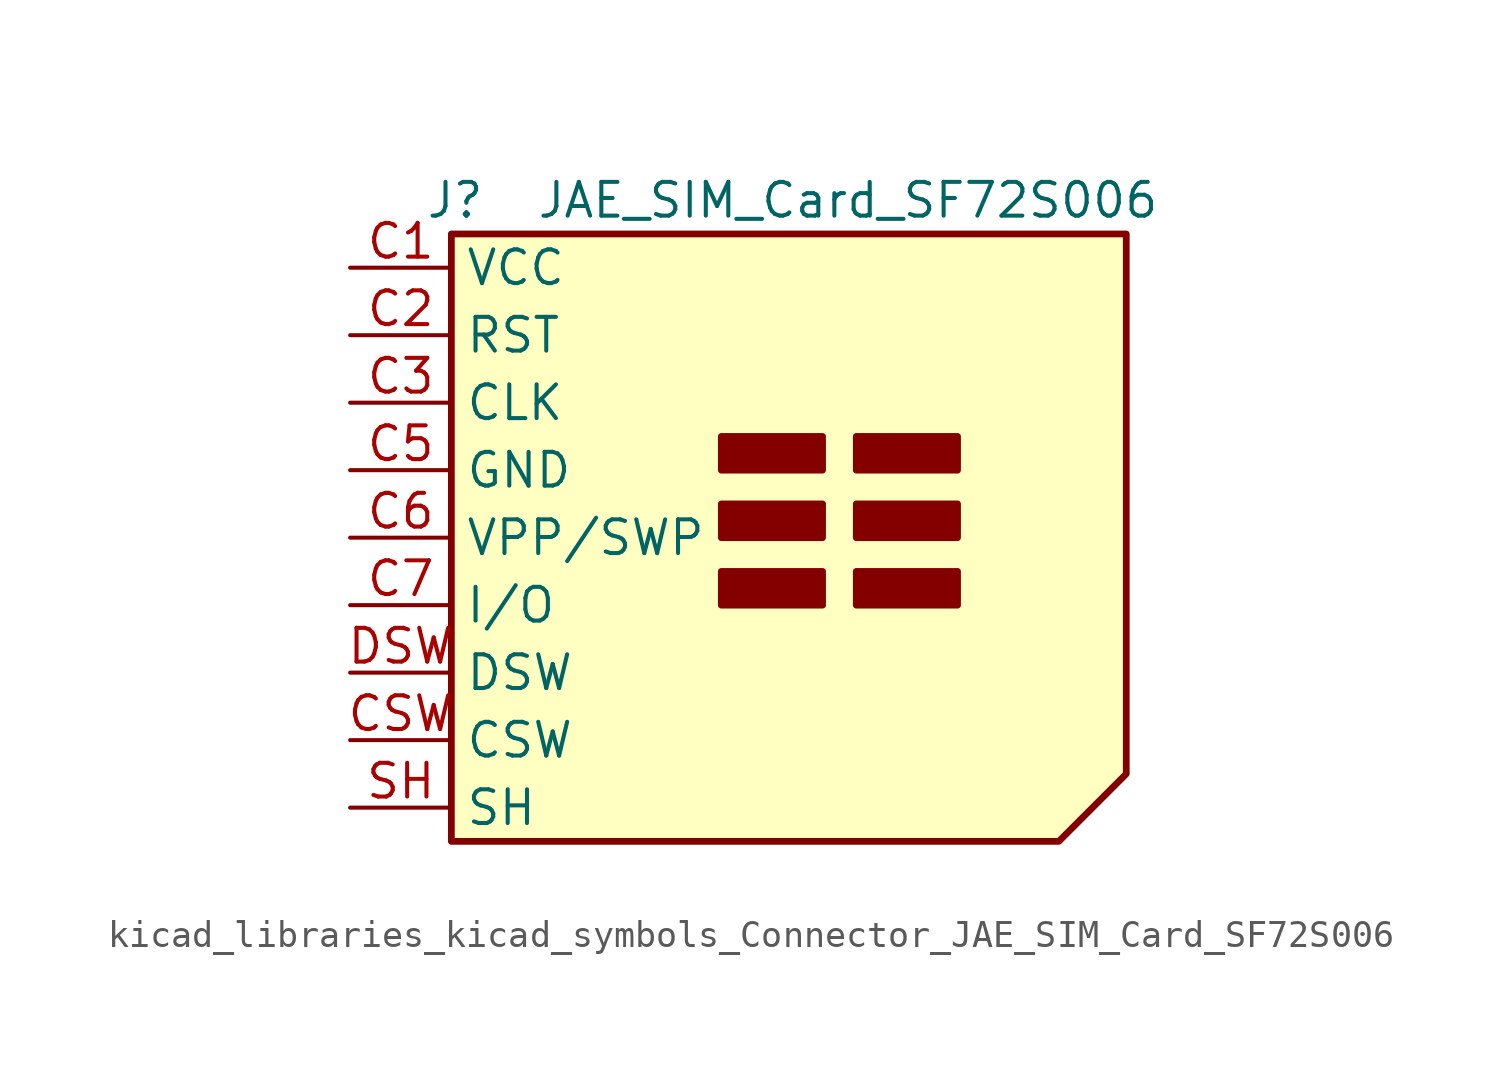
<source format=kicad_sym>
(kicad_symbol_lib
  (version 20220914)
  (generator kicad_symbol_editor)
  (symbol "kicad_libraries_kicad_symbols_Connector_JAE_SIM_Card_SF72S006"
    (property "Reference" "J"
      (at 5.08 12.7 0)
      (effects (font (size 1.27 1.27)) (justify right)))
    (property "Value" "JAE_SIM_Card_SF72S006"
      (at 30.48 12.7 0)
      (effects (font (size 1.27 1.27)) (justify right)))
    (symbol "kicad_libraries_kicad_symbols_Connector_JAE_SIM_Card_SF72S006_0_1"
      (polyline (pts (xy 3.81 11.43) (xy 3.81 -11.43) (xy 26.67 -11.43) (xy 29.21 -8.89) (xy 29.21 11.43) (xy 3.81 11.43)) (stroke (width 0.254) (type default)) (fill (type background)))
      (rectangle (start 13.97 -2.54) (end 17.78 -1.27) (stroke (width 0.254) (type default)) (fill (type outline)))
      (rectangle (start 13.97 0) (end 17.78 1.27) (stroke (width 0.254) (type default)) (fill (type outline)))
      (rectangle (start 13.97 2.54) (end 17.78 3.81) (stroke (width 0.254) (type default)) (fill (type outline)))
      (rectangle (start 19.05 -1.27) (end 22.86 -2.54) (stroke (width 0.254) (type default)) (fill (type outline)))
      (rectangle (start 19.05 0) (end 22.86 1.27) (stroke (width 0.254) (type default)) (fill (type outline)))
      (rectangle (start 19.05 2.54) (end 22.86 3.81) (stroke (width 0.254) (type default)) (fill (type outline))))
    (symbol "kicad_libraries_kicad_symbols_Connector_JAE_SIM_Card_SF72S006_1_1"
      (pin power_in line (at 0 10.16 0) (length 3.81) (name "VCC" (effects (font (size 1.27 1.27)))) (number "C1" (effects (font (size 1.27 1.27)))))
      (pin input line (at 0 7.62 0) (length 3.81) (name "RST" (effects (font (size 1.27 1.27)))) (number "C2" (effects (font (size 1.27 1.27)))))
      (pin input line (at 0 5.08 0) (length 3.81) (name "CLK" (effects (font (size 1.27 1.27)))) (number "C3" (effects (font (size 1.27 1.27)))))
      (pin power_in line (at 0 2.54 0) (length 3.81) (name "GND" (effects (font (size 1.27 1.27)))) (number "C5" (effects (font (size 1.27 1.27)))))
      (pin bidirectional line (at 0 0 0) (length 3.81) (name "VPP/SWP" (effects (font (size 1.27 1.27)))) (number "C6" (effects (font (size 1.27 1.27)))))
      (pin bidirectional line (at 0 -2.54 0) (length 3.81) (name "I/O" (effects (font (size 1.27 1.27)))) (number "C7" (effects (font (size 1.27 1.27)))))
      (pin passive line (at 0 -7.62 0) (length 3.81) (name "CSW" (effects (font (size 1.27 1.27)))) (number "CSW" (effects (font (size 1.27 1.27)))))
      (pin passive line (at 0 -5.08 0) (length 3.81) (name "DSW" (effects (font (size 1.27 1.27)))) (number "DSW" (effects (font (size 1.27 1.27)))))
      (pin passive line (at 0 -10.16 0) (length 3.81) (name "SH" (effects (font (size 1.27 1.27)))) (number "SH" (effects (font (size 1.27 1.27))))))))
</source>
